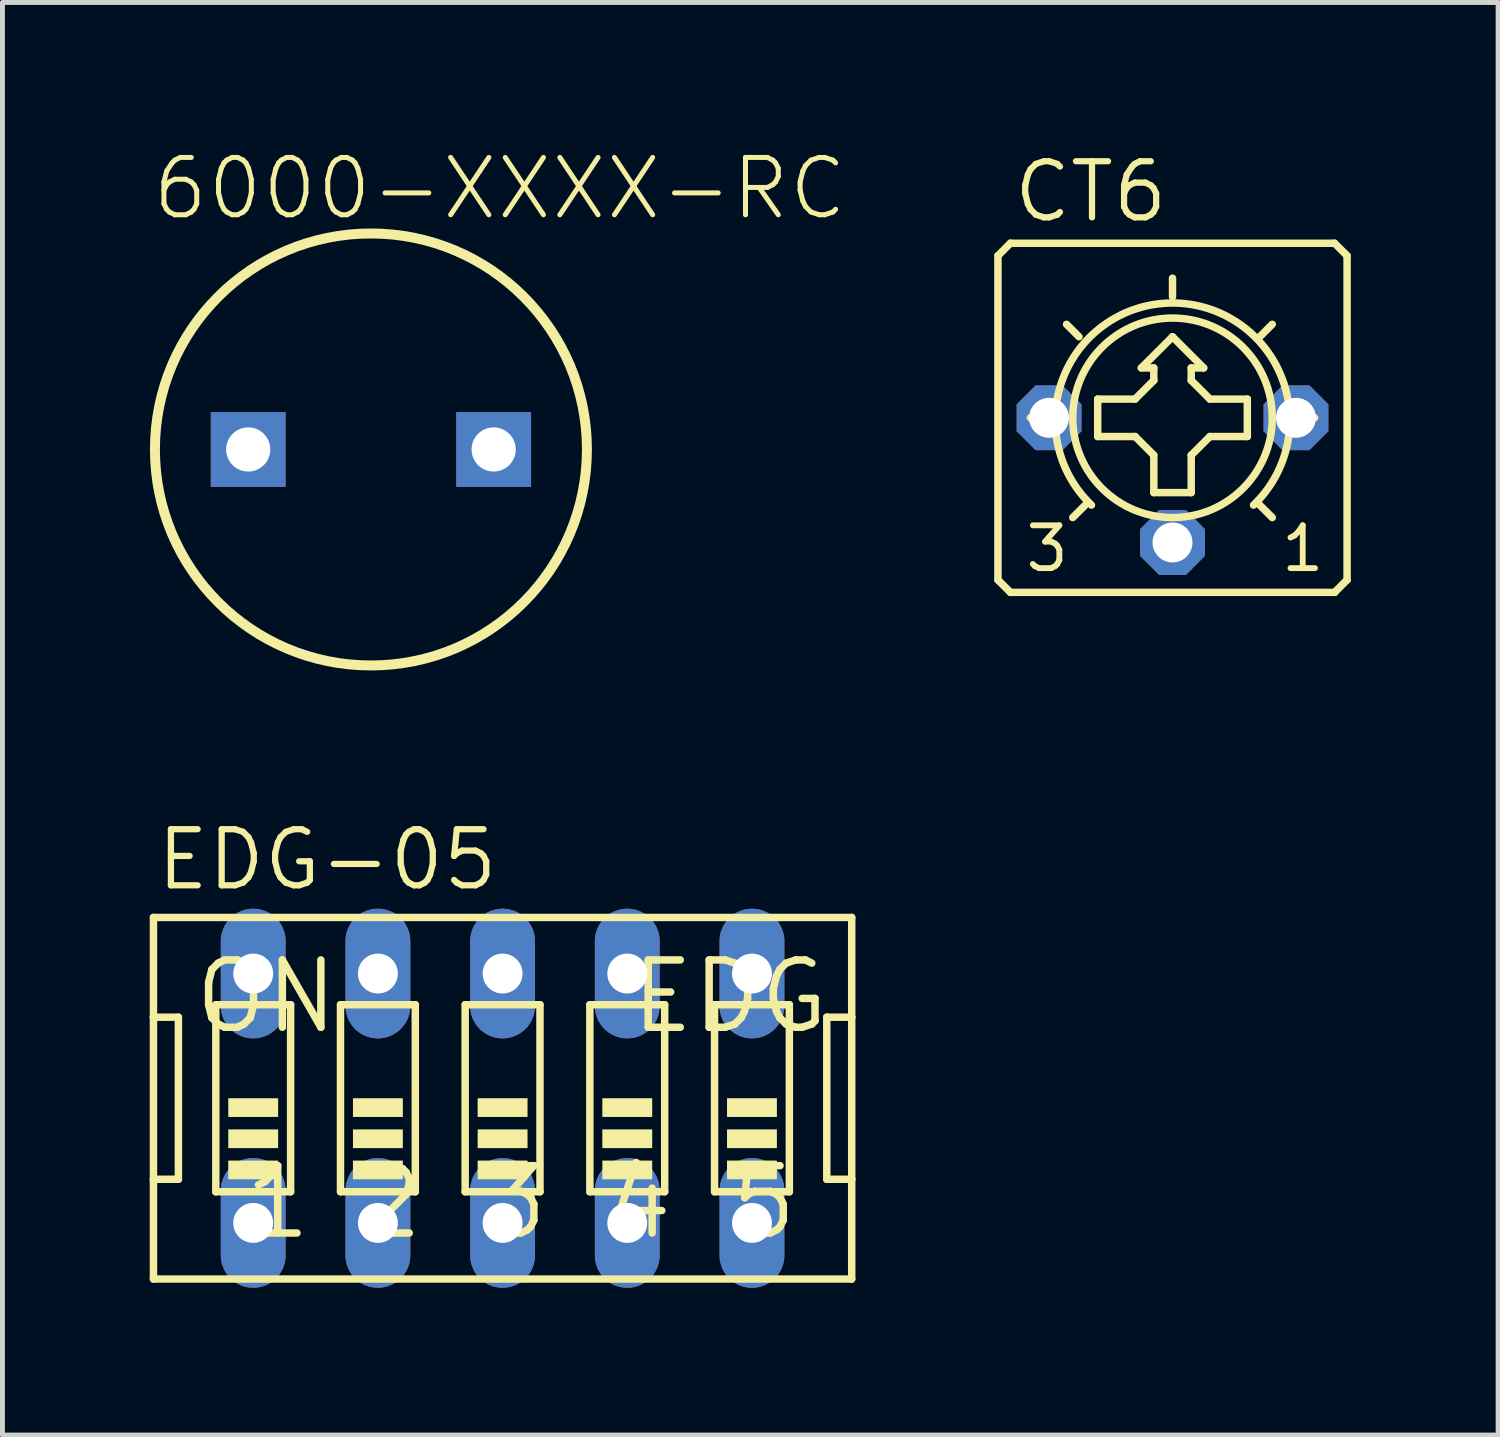
<source format=kicad_pcb>
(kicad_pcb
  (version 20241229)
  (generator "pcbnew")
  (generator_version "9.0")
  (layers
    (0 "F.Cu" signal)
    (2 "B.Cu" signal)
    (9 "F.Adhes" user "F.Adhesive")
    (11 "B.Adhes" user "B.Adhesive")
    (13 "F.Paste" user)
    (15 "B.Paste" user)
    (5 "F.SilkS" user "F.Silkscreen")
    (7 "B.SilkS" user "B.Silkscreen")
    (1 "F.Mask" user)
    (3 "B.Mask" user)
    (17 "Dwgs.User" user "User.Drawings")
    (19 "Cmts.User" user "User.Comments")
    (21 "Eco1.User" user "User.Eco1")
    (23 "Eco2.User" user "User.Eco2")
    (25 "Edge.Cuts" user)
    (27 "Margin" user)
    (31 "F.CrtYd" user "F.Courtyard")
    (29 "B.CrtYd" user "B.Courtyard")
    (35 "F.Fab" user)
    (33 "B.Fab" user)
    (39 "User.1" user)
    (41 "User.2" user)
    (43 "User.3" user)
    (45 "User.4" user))
  (footprint "CT6"
    (layer "F.Cu")
    (at 20.835 5.461)
    (property "Reference" "CT6" (at -3.302 -3.937 0) (unlocked yes) (layer "F.SilkS") (effects (font (size 1.143 1.143) (thickness 0.127)) (justify left bottom)))
    (fp_line (start -3.556 -3.302) (end -3.556 3.302) (stroke (width 0.152) (type solid)) (layer "F.SilkS"))
    (fp_line (start -3.302 -3.556) (end -3.556 -3.302) (stroke (width 0.152) (type solid)) (layer "F.SilkS"))
    (fp_line (start -3.302 3.556) (end -3.556 3.302) (stroke (width 0.152) (type solid)) (layer "F.SilkS"))
    (fp_line (start -3.302 3.556) (end 3.302 3.556) (stroke (width 0.152) (type solid)) (layer "F.SilkS"))
    (fp_line (start -2.515 0) (end -2.896 0) (stroke (width 0.152) (type solid)) (layer "F.SilkS"))
    (fp_line (start -1.905 -1.651) (end -2.159 -1.905) (stroke (width 0.152) (type solid)) (layer "F.SilkS"))
    (fp_line (start -1.778 1.778) (end -2.032 2.032) (stroke (width 0.152) (type solid)) (layer "F.SilkS"))
    (fp_line (start -1.524 -0.381) (end -1.524 0.381) (stroke (width 0.152) (type solid)) (layer "F.SilkS"))
    (fp_line (start -1.524 0.381) (end -0.762 0.381) (stroke (width 0.152) (type solid)) (layer "F.SilkS"))
    (fp_line (start -0.762 -0.381) (end -1.524 -0.381) (stroke (width 0.152) (type solid)) (layer "F.SilkS"))
    (fp_line (start -0.635 -1.016) (end -0.381 -1.016) (stroke (width 0.152) (type solid)) (layer "F.SilkS"))
    (fp_line (start -0.381 -1.016) (end -0.381 -0.762) (stroke (width 0.152) (type solid)) (layer "F.SilkS"))
    (fp_line (start -0.381 -0.762) (end -0.762 -0.381) (stroke (width 0.152) (type solid)) (layer "F.SilkS"))
    (fp_line (start -0.381 0.762) (end -0.762 0.381) (stroke (width 0.152) (type solid)) (layer "F.SilkS"))
    (fp_line (start -0.381 0.762) (end -0.381 1.524) (stroke (width 0.152) (type solid)) (layer "F.SilkS"))
    (fp_line (start -0.381 1.524) (end 0.381 1.524) (stroke (width 0.152) (type solid)) (layer "F.SilkS"))
    (fp_line (start 0 -2.464) (end 0 -2.845) (stroke (width 0.152) (type solid)) (layer "F.SilkS"))
    (fp_line (start 0 -1.651) (end -0.635 -1.016) (stroke (width 0.152) (type solid)) (layer "F.SilkS"))
    (fp_line (start 0.381 -1.016) (end 0.635 -1.016) (stroke (width 0.152) (type solid)) (layer "F.SilkS"))
    (fp_line (start 0.381 -0.762) (end 0.381 -1.016) (stroke (width 0.152) (type solid)) (layer "F.SilkS"))
    (fp_line (start 0.381 0.762) (end 0.762 0.381) (stroke (width 0.152) (type solid)) (layer "F.SilkS"))
    (fp_line (start 0.381 1.524) (end 0.381 0.762) (stroke (width 0.152) (type solid)) (layer "F.SilkS"))
    (fp_line (start 0.635 -1.016) (end 0 -1.651) (stroke (width 0.152) (type solid)) (layer "F.SilkS"))
    (fp_line (start 0.762 -0.381) (end 0.381 -0.762) (stroke (width 0.152) (type solid)) (layer "F.SilkS"))
    (fp_line (start 0.762 0.381) (end 1.524 0.381) (stroke (width 0.152) (type solid)) (layer "F.SilkS"))
    (fp_line (start 1.524 -0.381) (end 0.762 -0.381) (stroke (width 0.152) (type solid)) (layer "F.SilkS"))
    (fp_line (start 1.524 0.381) (end 1.524 -0.381) (stroke (width 0.152) (type solid)) (layer "F.SilkS"))
    (fp_line (start 1.778 -1.651) (end 2.032 -1.905) (stroke (width 0.152) (type solid)) (layer "F.SilkS"))
    (fp_line (start 1.778 1.778) (end 2.032 2.032) (stroke (width 0.152) (type solid)) (layer "F.SilkS"))
    (fp_line (start 2.515 0) (end 2.896 0) (stroke (width 0.152) (type solid)) (layer "F.SilkS"))
    (fp_line (start 3.302 -3.556) (end -3.302 -3.556) (stroke (width 0.152) (type solid)) (layer "F.SilkS"))
    (fp_line (start 3.302 -3.556) (end 3.556 -3.302) (stroke (width 0.152) (type solid)) (layer "F.SilkS"))
    (fp_line (start 3.302 3.556) (end 3.556 3.302) (stroke (width 0.152) (type solid)) (layer "F.SilkS"))
    (fp_line (start 3.556 3.302) (end 3.556 -3.302) (stroke (width 0.152) (type solid)) (layer "F.SilkS"))
    (fp_arc (start -1.651 1.778) (mid -0.000001 -2.338557) (end 1.651001 1.777999) (stroke (width 0.1524) (type solid)) (layer "F.SilkS"))
    (fp_circle (center 0 0) (end 2.032 0) (stroke (width 0.152) (type solid)) (fill no) (layer "F.SilkS"))
    (fp_text user "3" (at -3.048 3.175 0) (unlocked yes) (layer "F.SilkS") (effects (font (size 0.872 0.872) (thickness 0.119)) (justify left bottom)))
    (fp_text user "1" (at 2.159 3.175 0) (unlocked yes) (layer "F.SilkS") (effects (font (size 0.872 0.872) (thickness 0.119)) (justify left bottom)))
    (pad "A" thru_hole roundrect (at 2.515 0) (size 1.321 1.321) (drill 0.813) (layers "*.Cu" "*.Mask") (roundrect_rratio 0.25) (chamfer_ratio 0.293) (chamfer top_left top_right bottom_left bottom_right))
    (pad "E" thru_hole roundrect (at -2.515 0) (size 1.321 1.321) (drill 0.813) (layers "*.Cu" "*.Mask") (roundrect_rratio 0.25) (chamfer_ratio 0.293) (chamfer top_left top_right bottom_left bottom_right))
    (pad "S" thru_hole roundrect (at 0 2.54) (size 1.321 1.321) (drill 0.813) (layers "*.Cu" "*.Mask") (roundrect_rratio 0.25) (chamfer_ratio 0.293) (chamfer top_left top_right bottom_left bottom_right)))
  (footprint "6000-XXXX-RC"
    (layer "F.Cu")
    (at 4.506 6.106)
    (property "Reference" "6000-XXXX-RC" (at -4.506 -4.633 0) (unlocked yes) (layer "F.SilkS") (effects (font (size 1.168 1.168) (thickness 0.102)) (justify left bottom)))
    (fp_circle (center 0 0) (end 4.4 0) (stroke (width 0.203) (type solid)) (fill no) (layer "F.SilkS"))
    (pad "1" thru_hole rect (at -2.5 0) (size 1.524 1.524) (drill 0.9) (layers "*.Cu" "*.Mask"))
    (pad "2" thru_hole rect (at 2.5 0) (size 1.524 1.524) (drill 0.9) (layers "*.Cu" "*.Mask")))
  (footprint "EDG-05"
    (layer "F.Cu")
    (at 7.188 19.322)
    (property "Reference" "EDG-05" (at -7.112 -4.191 0) (unlocked yes) (layer "F.SilkS") (effects (font (size 1.143 1.143) (thickness 0.127)) (justify left bottom)))
    (fp_line (start -7.112 -3.683) (end -7.112 -1.651) (stroke (width 0.152) (type solid)) (layer "F.SilkS"))
    (fp_line (start -7.112 -1.651) (end -7.112 1.651) (stroke (width 0.152) (type solid)) (layer "F.SilkS"))
    (fp_line (start -7.112 1.651) (end -7.112 3.683) (stroke (width 0.152) (type solid)) (layer "F.SilkS"))
    (fp_line (start -7.112 1.651) (end -6.604 1.651) (stroke (width 0.152) (type solid)) (layer "F.SilkS"))
    (fp_line (start -7.112 3.683) (end 7.112 3.683) (stroke (width 0.152) (type solid)) (layer "F.SilkS"))
    (fp_line (start -6.604 -1.651) (end -7.112 -1.651) (stroke (width 0.152) (type solid)) (layer "F.SilkS"))
    (fp_line (start -6.604 1.651) (end -6.604 -1.651) (stroke (width 0.152) (type solid)) (layer "F.SilkS"))
    (fp_line (start -5.842 -1.905) (end -5.842 1.905) (stroke (width 0.152) (type solid)) (layer "F.SilkS"))
    (fp_line (start -5.842 -1.905) (end -4.318 -1.905) (stroke (width 0.152) (type solid)) (layer "F.SilkS"))
    (fp_line (start -4.318 1.905) (end -5.842 1.905) (stroke (width 0.152) (type solid)) (layer "F.SilkS"))
    (fp_line (start -4.318 1.905) (end -4.318 -1.905) (stroke (width 0.152) (type solid)) (layer "F.SilkS"))
    (fp_line (start -3.302 -1.905) (end -3.302 1.905) (stroke (width 0.152) (type solid)) (layer "F.SilkS"))
    (fp_line (start -3.302 -1.905) (end -1.778 -1.905) (stroke (width 0.152) (type solid)) (layer "F.SilkS"))
    (fp_line (start -1.778 1.905) (end -3.302 1.905) (stroke (width 0.152) (type solid)) (layer "F.SilkS"))
    (fp_line (start -1.778 1.905) (end -1.778 -1.905) (stroke (width 0.152) (type solid)) (layer "F.SilkS"))
    (fp_line (start -0.762 -1.905) (end -0.762 1.905) (stroke (width 0.152) (type solid)) (layer "F.SilkS"))
    (fp_line (start -0.762 -1.905) (end 0.762 -1.905) (stroke (width 0.152) (type solid)) (layer "F.SilkS"))
    (fp_line (start 0.762 1.905) (end -0.762 1.905) (stroke (width 0.152) (type solid)) (layer "F.SilkS"))
    (fp_line (start 0.762 1.905) (end 0.762 -1.905) (stroke (width 0.152) (type solid)) (layer "F.SilkS"))
    (fp_line (start 1.778 -1.905) (end 1.778 1.905) (stroke (width 0.152) (type solid)) (layer "F.SilkS"))
    (fp_line (start 1.778 -1.905) (end 3.302 -1.905) (stroke (width 0.152) (type solid)) (layer "F.SilkS"))
    (fp_line (start 3.302 1.905) (end 1.778 1.905) (stroke (width 0.152) (type solid)) (layer "F.SilkS"))
    (fp_line (start 3.302 1.905) (end 3.302 -1.905) (stroke (width 0.152) (type solid)) (layer "F.SilkS"))
    (fp_line (start 4.318 -1.905) (end 4.318 1.905) (stroke (width 0.152) (type solid)) (layer "F.SilkS"))
    (fp_line (start 4.318 -1.905) (end 5.842 -1.905) (stroke (width 0.152) (type solid)) (layer "F.SilkS"))
    (fp_line (start 5.842 1.905) (end 4.318 1.905) (stroke (width 0.152) (type solid)) (layer "F.SilkS"))
    (fp_line (start 5.842 1.905) (end 5.842 -1.905) (stroke (width 0.152) (type solid)) (layer "F.SilkS"))
    (fp_line (start 6.604 -1.651) (end 6.604 1.651) (stroke (width 0.152) (type solid)) (layer "F.SilkS"))
    (fp_line (start 6.604 1.651) (end 7.112 1.651) (stroke (width 0.152) (type solid)) (layer "F.SilkS"))
    (fp_line (start 7.112 -3.683) (end -7.112 -3.683) (stroke (width 0.152) (type solid)) (layer "F.SilkS"))
    (fp_line (start 7.112 -1.651) (end 6.604 -1.651) (stroke (width 0.152) (type solid)) (layer "F.SilkS"))
    (fp_line (start 7.112 -1.651) (end 7.112 -3.683) (stroke (width 0.152) (type solid)) (layer "F.SilkS"))
    (fp_line (start 7.112 1.651) (end 7.112 -1.651) (stroke (width 0.152) (type solid)) (layer "F.SilkS"))
    (fp_line (start 7.112 3.683) (end 7.112 1.651) (stroke (width 0.152) (type solid)) (layer "F.SilkS"))
    (fp_poly (pts (xy -5.588 0.381) (xy -4.572 0.381) (xy -4.572 0) (xy -5.588 0)) (stroke (width 0) (type default)) (fill yes) (layer "F.SilkS"))
    (fp_poly (pts (xy -5.588 1.016) (xy -4.572 1.016) (xy -4.572 0.635) (xy -5.588 0.635)) (stroke (width 0) (type default)) (fill yes) (layer "F.SilkS"))
    (fp_poly (pts (xy -5.588 1.651) (xy -4.572 1.651) (xy -4.572 1.27) (xy -5.588 1.27)) (stroke (width 0) (type default)) (fill yes) (layer "F.SilkS"))
    (fp_poly (pts (xy -3.048 0.381) (xy -2.032 0.381) (xy -2.032 0) (xy -3.048 0)) (stroke (width 0) (type default)) (fill yes) (layer "F.SilkS"))
    (fp_poly (pts (xy -3.048 1.016) (xy -2.032 1.016) (xy -2.032 0.635) (xy -3.048 0.635)) (stroke (width 0) (type default)) (fill yes) (layer "F.SilkS"))
    (fp_poly (pts (xy -3.048 1.651) (xy -2.032 1.651) (xy -2.032 1.27) (xy -3.048 1.27)) (stroke (width 0) (type default)) (fill yes) (layer "F.SilkS"))
    (fp_poly (pts (xy -0.508 0.381) (xy 0.508 0.381) (xy 0.508 0) (xy -0.508 0)) (stroke (width 0) (type default)) (fill yes) (layer "F.SilkS"))
    (fp_poly (pts (xy -0.508 1.016) (xy 0.508 1.016) (xy 0.508 0.635) (xy -0.508 0.635)) (stroke (width 0) (type default)) (fill yes) (layer "F.SilkS"))
    (fp_poly (pts (xy -0.508 1.651) (xy 0.508 1.651) (xy 0.508 1.27) (xy -0.508 1.27)) (stroke (width 0) (type default)) (fill yes) (layer "F.SilkS"))
    (fp_poly (pts (xy 2.032 0.381) (xy 3.048 0.381) (xy 3.048 0) (xy 2.032 0)) (stroke (width 0) (type default)) (fill yes) (layer "F.SilkS"))
    (fp_poly (pts (xy 2.032 1.016) (xy 3.048 1.016) (xy 3.048 0.635) (xy 2.032 0.635)) (stroke (width 0) (type default)) (fill yes) (layer "F.SilkS"))
    (fp_poly (pts (xy 2.032 1.651) (xy 3.048 1.651) (xy 3.048 1.27) (xy 2.032 1.27)) (stroke (width 0) (type default)) (fill yes) (layer "F.SilkS"))
    (fp_poly (pts (xy 4.572 0.381) (xy 5.588 0.381) (xy 5.588 0) (xy 4.572 0)) (stroke (width 0) (type default)) (fill yes) (layer "F.SilkS"))
    (fp_poly (pts (xy 4.572 1.016) (xy 5.588 1.016) (xy 5.588 0.635) (xy 4.572 0.635)) (stroke (width 0) (type default)) (fill yes) (layer "F.SilkS"))
    (fp_poly (pts (xy 4.572 1.651) (xy 5.588 1.651) (xy 5.588 1.27) (xy 4.572 1.27)) (stroke (width 0) (type default)) (fill yes) (layer "F.SilkS"))
    (fp_text user "3" (at -0.508 2.921 0) (unlocked yes) (layer "F.SilkS") (effects (font (size 1.372 1.372) (thickness 0.152)) (justify left bottom)))
    (fp_text user "ON" (at -6.35 -1.27 0) (unlocked yes) (layer "F.SilkS") (effects (font (size 1.372 1.372) (thickness 0.152)) (justify left bottom)))
    (fp_text user "4" (at 2.032 2.921 0) (unlocked yes) (layer "F.SilkS") (effects (font (size 1.372 1.372) (thickness 0.152)) (justify left bottom)))
    (fp_text user "1" (at -5.334 2.921 0) (unlocked yes) (layer "F.SilkS") (effects (font (size 1.372 1.372) (thickness 0.152)) (justify left bottom)))
    (fp_text user "5" (at 4.572 2.921 0) (unlocked yes) (layer "F.SilkS") (effects (font (size 1.372 1.372) (thickness 0.152)) (justify left bottom)))
    (fp_text user "2" (at -3.048 2.921 0) (unlocked yes) (layer "F.SilkS") (effects (font (size 1.372 1.372) (thickness 0.152)) (justify left bottom)))
    (fp_text user "EDG" (at 2.54 -1.27 0) (unlocked yes) (layer "F.SilkS") (effects (font (size 1.372 1.372) (thickness 0.152)) (justify left bottom)))
    (pad "1" thru_hole oval (at -5.08 2.54 90) (size 2.642 1.321) (drill 0.813) (layers "*.Cu" "*.Mask"))
    (pad "2" thru_hole oval (at -2.54 2.54 90) (size 2.642 1.321) (drill 0.813) (layers "*.Cu" "*.Mask"))
    (pad "3" thru_hole oval (at 0 2.54 90) (size 2.642 1.321) (drill 0.813) (layers "*.Cu" "*.Mask"))
    (pad "4" thru_hole oval (at 2.54 2.54 90) (size 2.642 1.321) (drill 0.813) (layers "*.Cu" "*.Mask"))
    (pad "5" thru_hole oval (at 5.08 2.54 90) (size 2.642 1.321) (drill 0.813) (layers "*.Cu" "*.Mask"))
    (pad "6" thru_hole oval (at 5.08 -2.54 90) (size 2.642 1.321) (drill 0.813) (layers "*.Cu" "*.Mask"))
    (pad "7" thru_hole oval (at 2.54 -2.54 90) (size 2.642 1.321) (drill 0.813) (layers "*.Cu" "*.Mask"))
    (pad "8" thru_hole oval (at 0 -2.54 90) (size 2.642 1.321) (drill 0.813) (layers "*.Cu" "*.Mask"))
    (pad "9" thru_hole oval (at -2.54 -2.54 90) (size 2.642 1.321) (drill 0.813) (layers "*.Cu" "*.Mask"))
    (pad "10" thru_hole oval (at -5.08 -2.54 90) (size 2.642 1.321) (drill 0.813) (layers "*.Cu" "*.Mask")))
  (gr_rect
    (start -3 -3)
    (end 27.468 26.183)
    (stroke (width 0.1) (type default))
    (fill no)
    (layer "Edge.Cuts")))
</source>
